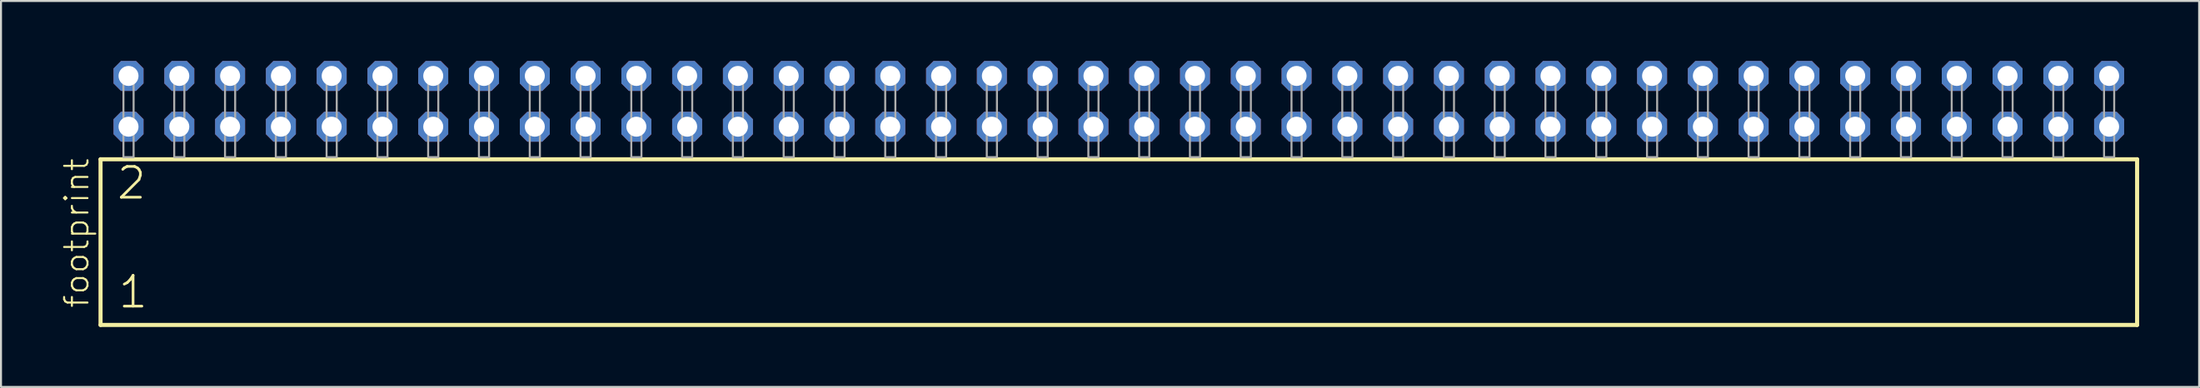
<source format=kicad_pcb>
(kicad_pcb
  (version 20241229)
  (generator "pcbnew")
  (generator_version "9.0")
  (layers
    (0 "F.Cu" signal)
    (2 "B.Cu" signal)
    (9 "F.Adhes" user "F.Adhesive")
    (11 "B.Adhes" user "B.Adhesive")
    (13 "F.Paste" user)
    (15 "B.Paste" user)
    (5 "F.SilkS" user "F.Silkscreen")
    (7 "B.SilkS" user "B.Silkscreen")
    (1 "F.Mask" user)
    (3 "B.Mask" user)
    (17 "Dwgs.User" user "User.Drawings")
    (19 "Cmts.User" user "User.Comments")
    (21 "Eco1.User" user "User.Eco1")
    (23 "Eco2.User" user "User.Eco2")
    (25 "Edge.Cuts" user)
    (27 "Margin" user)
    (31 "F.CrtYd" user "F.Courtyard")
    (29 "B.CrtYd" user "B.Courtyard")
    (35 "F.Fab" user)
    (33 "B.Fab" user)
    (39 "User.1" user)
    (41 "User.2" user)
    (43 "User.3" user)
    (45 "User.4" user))
  (footprint "footprint"
    (layer "F.Cu")
    (at 52.908 4.814)
    (property "Reference" "footprint" (at -51.435 7.62 90) (layer "F.SilkS") (effects (font (size 1.168 1.168) (thickness 0.102)) (justify left bottom)))
    (fp_line (start -50.929 0.106) (end -50.929 8.396) (stroke (width 0.203) (type solid)) (layer "F.SilkS"))
    (fp_line (start -50.929 8.396) (end 50.929 8.396) (stroke (width 0.203) (type solid)) (layer "F.SilkS"))
    (fp_line (start 50.929 0.106) (end -50.929 0.106) (stroke (width 0.203) (type solid)) (layer "F.SilkS"))
    (fp_line (start 50.929 8.396) (end 50.929 0.106) (stroke (width 0.203) (type solid)) (layer "F.SilkS"))
    (fp_poly (pts (xy -49.784 0) (xy -49.276 0) (xy -49.276 -4.318) (xy -49.784 -4.318)) (stroke (width 0.1) (type solid)) (fill no) (layer "F.Fab"))
    (fp_poly (pts (xy -47.244 0) (xy -46.736 0) (xy -46.736 -4.318) (xy -47.244 -4.318)) (stroke (width 0.1) (type solid)) (fill no) (layer "F.Fab"))
    (fp_poly (pts (xy -44.704 0) (xy -44.196 0) (xy -44.196 -4.318) (xy -44.704 -4.318)) (stroke (width 0.1) (type solid)) (fill no) (layer "F.Fab"))
    (fp_poly (pts (xy -42.164 0) (xy -41.656 0) (xy -41.656 -4.318) (xy -42.164 -4.318)) (stroke (width 0.1) (type solid)) (fill no) (layer "F.Fab"))
    (fp_poly (pts (xy -39.624 0) (xy -39.116 0) (xy -39.116 -4.318) (xy -39.624 -4.318)) (stroke (width 0.1) (type solid)) (fill no) (layer "F.Fab"))
    (fp_poly (pts (xy -37.084 0) (xy -36.576 0) (xy -36.576 -4.318) (xy -37.084 -4.318)) (stroke (width 0.1) (type solid)) (fill no) (layer "F.Fab"))
    (fp_poly (pts (xy -34.544 0) (xy -34.036 0) (xy -34.036 -4.318) (xy -34.544 -4.318)) (stroke (width 0.1) (type solid)) (fill no) (layer "F.Fab"))
    (fp_poly (pts (xy -32.004 0) (xy -31.496 0) (xy -31.496 -4.318) (xy -32.004 -4.318)) (stroke (width 0.1) (type solid)) (fill no) (layer "F.Fab"))
    (fp_poly (pts (xy -29.464 0) (xy -28.956 0) (xy -28.956 -4.318) (xy -29.464 -4.318)) (stroke (width 0.1) (type solid)) (fill no) (layer "F.Fab"))
    (fp_poly (pts (xy -26.924 0) (xy -26.416 0) (xy -26.416 -4.318) (xy -26.924 -4.318)) (stroke (width 0.1) (type solid)) (fill no) (layer "F.Fab"))
    (fp_poly (pts (xy -24.384 0) (xy -23.876 0) (xy -23.876 -4.318) (xy -24.384 -4.318)) (stroke (width 0.1) (type solid)) (fill no) (layer "F.Fab"))
    (fp_poly (pts (xy -21.844 0) (xy -21.336 0) (xy -21.336 -4.318) (xy -21.844 -4.318)) (stroke (width 0.1) (type solid)) (fill no) (layer "F.Fab"))
    (fp_poly (pts (xy -19.304 0) (xy -18.796 0) (xy -18.796 -4.318) (xy -19.304 -4.318)) (stroke (width 0.1) (type solid)) (fill no) (layer "F.Fab"))
    (fp_poly (pts (xy -16.764 0) (xy -16.256 0) (xy -16.256 -4.318) (xy -16.764 -4.318)) (stroke (width 0.1) (type solid)) (fill no) (layer "F.Fab"))
    (fp_poly (pts (xy -14.224 0) (xy -13.716 0) (xy -13.716 -4.318) (xy -14.224 -4.318)) (stroke (width 0.1) (type solid)) (fill no) (layer "F.Fab"))
    (fp_poly (pts (xy -11.684 0) (xy -11.176 0) (xy -11.176 -4.318) (xy -11.684 -4.318)) (stroke (width 0.1) (type solid)) (fill no) (layer "F.Fab"))
    (fp_poly (pts (xy -9.144 0) (xy -8.636 0) (xy -8.636 -4.318) (xy -9.144 -4.318)) (stroke (width 0.1) (type solid)) (fill no) (layer "F.Fab"))
    (fp_poly (pts (xy -6.604 0) (xy -6.096 0) (xy -6.096 -4.318) (xy -6.604 -4.318)) (stroke (width 0.1) (type solid)) (fill no) (layer "F.Fab"))
    (fp_poly (pts (xy -4.064 0) (xy -3.556 0) (xy -3.556 -4.318) (xy -4.064 -4.318)) (stroke (width 0.1) (type solid)) (fill no) (layer "F.Fab"))
    (fp_poly (pts (xy -1.524 0) (xy -1.016 0) (xy -1.016 -4.318) (xy -1.524 -4.318)) (stroke (width 0.1) (type solid)) (fill no) (layer "F.Fab"))
    (fp_poly (pts (xy 1.016 0) (xy 1.524 0) (xy 1.524 -4.318) (xy 1.016 -4.318)) (stroke (width 0.1) (type solid)) (fill no) (layer "F.Fab"))
    (fp_poly (pts (xy 3.556 0) (xy 4.064 0) (xy 4.064 -4.318) (xy 3.556 -4.318)) (stroke (width 0.1) (type solid)) (fill no) (layer "F.Fab"))
    (fp_poly (pts (xy 6.096 0) (xy 6.604 0) (xy 6.604 -4.318) (xy 6.096 -4.318)) (stroke (width 0.1) (type solid)) (fill no) (layer "F.Fab"))
    (fp_poly (pts (xy 8.636 0) (xy 9.144 0) (xy 9.144 -4.318) (xy 8.636 -4.318)) (stroke (width 0.1) (type solid)) (fill no) (layer "F.Fab"))
    (fp_poly (pts (xy 11.176 0) (xy 11.684 0) (xy 11.684 -4.318) (xy 11.176 -4.318)) (stroke (width 0.1) (type solid)) (fill no) (layer "F.Fab"))
    (fp_poly (pts (xy 13.716 0) (xy 14.224 0) (xy 14.224 -4.318) (xy 13.716 -4.318)) (stroke (width 0.1) (type solid)) (fill no) (layer "F.Fab"))
    (fp_poly (pts (xy 16.256 0) (xy 16.764 0) (xy 16.764 -4.318) (xy 16.256 -4.318)) (stroke (width 0.1) (type solid)) (fill no) (layer "F.Fab"))
    (fp_poly (pts (xy 18.796 0) (xy 19.304 0) (xy 19.304 -4.318) (xy 18.796 -4.318)) (stroke (width 0.1) (type solid)) (fill no) (layer "F.Fab"))
    (fp_poly (pts (xy 21.336 0) (xy 21.844 0) (xy 21.844 -4.318) (xy 21.336 -4.318)) (stroke (width 0.1) (type solid)) (fill no) (layer "F.Fab"))
    (fp_poly (pts (xy 23.876 0) (xy 24.384 0) (xy 24.384 -4.318) (xy 23.876 -4.318)) (stroke (width 0.1) (type solid)) (fill no) (layer "F.Fab"))
    (fp_poly (pts (xy 26.416 0) (xy 26.924 0) (xy 26.924 -4.318) (xy 26.416 -4.318)) (stroke (width 0.1) (type solid)) (fill no) (layer "F.Fab"))
    (fp_poly (pts (xy 28.956 0) (xy 29.464 0) (xy 29.464 -4.318) (xy 28.956 -4.318)) (stroke (width 0.1) (type solid)) (fill no) (layer "F.Fab"))
    (fp_poly (pts (xy 31.496 0) (xy 32.004 0) (xy 32.004 -4.318) (xy 31.496 -4.318)) (stroke (width 0.1) (type solid)) (fill no) (layer "F.Fab"))
    (fp_poly (pts (xy 34.036 0) (xy 34.544 0) (xy 34.544 -4.318) (xy 34.036 -4.318)) (stroke (width 0.1) (type solid)) (fill no) (layer "F.Fab"))
    (fp_poly (pts (xy 36.576 0) (xy 37.084 0) (xy 37.084 -4.318) (xy 36.576 -4.318)) (stroke (width 0.1) (type solid)) (fill no) (layer "F.Fab"))
    (fp_poly (pts (xy 39.116 0) (xy 39.624 0) (xy 39.624 -4.318) (xy 39.116 -4.318)) (stroke (width 0.1) (type solid)) (fill no) (layer "F.Fab"))
    (fp_poly (pts (xy 41.656 0) (xy 42.164 0) (xy 42.164 -4.318) (xy 41.656 -4.318)) (stroke (width 0.1) (type solid)) (fill no) (layer "F.Fab"))
    (fp_poly (pts (xy 44.196 0) (xy 44.704 0) (xy 44.704 -4.318) (xy 44.196 -4.318)) (stroke (width 0.1) (type solid)) (fill no) (layer "F.Fab"))
    (fp_poly (pts (xy 46.736 0) (xy 47.244 0) (xy 47.244 -4.318) (xy 46.736 -4.318)) (stroke (width 0.1) (type solid)) (fill no) (layer "F.Fab"))
    (fp_poly (pts (xy 49.276 0) (xy 49.784 0) (xy 49.784 -4.318) (xy 49.276 -4.318)) (stroke (width 0.1) (type solid)) (fill no) (layer "F.Fab"))
    (fp_text user "2" (at -50.2 2.2 0) (layer "F.SilkS") (effects (font (size 1.542 1.542) (thickness 0.134)) (justify left bottom)))
    (fp_text user "1" (at -50.125 7.65 0) (layer "F.SilkS") (effects (font (size 1.542 1.542) (thickness 0.134)) (justify left bottom)))
    (pad "1" thru_hole roundrect (at -49.53 -1.524) (size 1.5 1.5) (drill 1) (layers "*.Cu" "*.Mask") (roundrect_rratio 0.25) (chamfer_ratio 0.25) (chamfer top_left top_right bottom_left bottom_right))
    (pad "2" thru_hole roundrect (at -49.53 -4.064) (size 1.5 1.5) (drill 1) (layers "*.Cu" "*.Mask") (roundrect_rratio 0.25) (chamfer_ratio 0.25) (chamfer top_left top_right bottom_left bottom_right))
    (pad "3" thru_hole roundrect (at -46.99 -1.524) (size 1.5 1.5) (drill 1) (layers "*.Cu" "*.Mask") (roundrect_rratio 0.25) (chamfer_ratio 0.25) (chamfer top_left top_right bottom_left bottom_right))
    (pad "4" thru_hole roundrect (at -46.99 -4.064) (size 1.5 1.5) (drill 1) (layers "*.Cu" "*.Mask") (roundrect_rratio 0.25) (chamfer_ratio 0.25) (chamfer top_left top_right bottom_left bottom_right))
    (pad "5" thru_hole roundrect (at -44.45 -1.524) (size 1.5 1.5) (drill 1) (layers "*.Cu" "*.Mask") (roundrect_rratio 0.25) (chamfer_ratio 0.25) (chamfer top_left top_right bottom_left bottom_right))
    (pad "6" thru_hole roundrect (at -44.45 -4.064) (size 1.5 1.5) (drill 1) (layers "*.Cu" "*.Mask") (roundrect_rratio 0.25) (chamfer_ratio 0.25) (chamfer top_left top_right bottom_left bottom_right))
    (pad "7" thru_hole roundrect (at -41.91 -1.524) (size 1.5 1.5) (drill 1) (layers "*.Cu" "*.Mask") (roundrect_rratio 0.25) (chamfer_ratio 0.25) (chamfer top_left top_right bottom_left bottom_right))
    (pad "8" thru_hole roundrect (at -41.91 -4.064) (size 1.5 1.5) (drill 1) (layers "*.Cu" "*.Mask") (roundrect_rratio 0.25) (chamfer_ratio 0.25) (chamfer top_left top_right bottom_left bottom_right))
    (pad "9" thru_hole roundrect (at -39.37 -1.524) (size 1.5 1.5) (drill 1) (layers "*.Cu" "*.Mask") (roundrect_rratio 0.25) (chamfer_ratio 0.25) (chamfer top_left top_right bottom_left bottom_right))
    (pad "10" thru_hole roundrect (at -39.37 -4.064) (size 1.5 1.5) (drill 1) (layers "*.Cu" "*.Mask") (roundrect_rratio 0.25) (chamfer_ratio 0.25) (chamfer top_left top_right bottom_left bottom_right))
    (pad "11" thru_hole roundrect (at -36.83 -1.524) (size 1.5 1.5) (drill 1) (layers "*.Cu" "*.Mask") (roundrect_rratio 0.25) (chamfer_ratio 0.25) (chamfer top_left top_right bottom_left bottom_right))
    (pad "12" thru_hole roundrect (at -36.83 -4.064) (size 1.5 1.5) (drill 1) (layers "*.Cu" "*.Mask") (roundrect_rratio 0.25) (chamfer_ratio 0.25) (chamfer top_left top_right bottom_left bottom_right))
    (pad "13" thru_hole roundrect (at -34.29 -1.524) (size 1.5 1.5) (drill 1) (layers "*.Cu" "*.Mask") (roundrect_rratio 0.25) (chamfer_ratio 0.25) (chamfer top_left top_right bottom_left bottom_right))
    (pad "14" thru_hole roundrect (at -34.29 -4.064) (size 1.5 1.5) (drill 1) (layers "*.Cu" "*.Mask") (roundrect_rratio 0.25) (chamfer_ratio 0.25) (chamfer top_left top_right bottom_left bottom_right))
    (pad "15" thru_hole roundrect (at -31.75 -1.524) (size 1.5 1.5) (drill 1) (layers "*.Cu" "*.Mask") (roundrect_rratio 0.25) (chamfer_ratio 0.25) (chamfer top_left top_right bottom_left bottom_right))
    (pad "16" thru_hole roundrect (at -31.75 -4.064) (size 1.5 1.5) (drill 1) (layers "*.Cu" "*.Mask") (roundrect_rratio 0.25) (chamfer_ratio 0.25) (chamfer top_left top_right bottom_left bottom_right))
    (pad "17" thru_hole roundrect (at -29.21 -1.524) (size 1.5 1.5) (drill 1) (layers "*.Cu" "*.Mask") (roundrect_rratio 0.25) (chamfer_ratio 0.25) (chamfer top_left top_right bottom_left bottom_right))
    (pad "18" thru_hole roundrect (at -29.21 -4.064) (size 1.5 1.5) (drill 1) (layers "*.Cu" "*.Mask") (roundrect_rratio 0.25) (chamfer_ratio 0.25) (chamfer top_left top_right bottom_left bottom_right))
    (pad "19" thru_hole roundrect (at -26.67 -1.524) (size 1.5 1.5) (drill 1) (layers "*.Cu" "*.Mask") (roundrect_rratio 0.25) (chamfer_ratio 0.25) (chamfer top_left top_right bottom_left bottom_right))
    (pad "20" thru_hole roundrect (at -26.67 -4.064) (size 1.5 1.5) (drill 1) (layers "*.Cu" "*.Mask") (roundrect_rratio 0.25) (chamfer_ratio 0.25) (chamfer top_left top_right bottom_left bottom_right))
    (pad "21" thru_hole roundrect (at -24.13 -1.524) (size 1.5 1.5) (drill 1) (layers "*.Cu" "*.Mask") (roundrect_rratio 0.25) (chamfer_ratio 0.25) (chamfer top_left top_right bottom_left bottom_right))
    (pad "22" thru_hole roundrect (at -24.13 -4.064) (size 1.5 1.5) (drill 1) (layers "*.Cu" "*.Mask") (roundrect_rratio 0.25) (chamfer_ratio 0.25) (chamfer top_left top_right bottom_left bottom_right))
    (pad "23" thru_hole roundrect (at -21.59 -1.524) (size 1.5 1.5) (drill 1) (layers "*.Cu" "*.Mask") (roundrect_rratio 0.25) (chamfer_ratio 0.25) (chamfer top_left top_right bottom_left bottom_right))
    (pad "24" thru_hole roundrect (at -21.59 -4.064) (size 1.5 1.5) (drill 1) (layers "*.Cu" "*.Mask") (roundrect_rratio 0.25) (chamfer_ratio 0.25) (chamfer top_left top_right bottom_left bottom_right))
    (pad "25" thru_hole roundrect (at -19.05 -1.524) (size 1.5 1.5) (drill 1) (layers "*.Cu" "*.Mask") (roundrect_rratio 0.25) (chamfer_ratio 0.25) (chamfer top_left top_right bottom_left bottom_right))
    (pad "26" thru_hole roundrect (at -19.05 -4.064) (size 1.5 1.5) (drill 1) (layers "*.Cu" "*.Mask") (roundrect_rratio 0.25) (chamfer_ratio 0.25) (chamfer top_left top_right bottom_left bottom_right))
    (pad "27" thru_hole roundrect (at -16.51 -1.524) (size 1.5 1.5) (drill 1) (layers "*.Cu" "*.Mask") (roundrect_rratio 0.25) (chamfer_ratio 0.25) (chamfer top_left top_right bottom_left bottom_right))
    (pad "28" thru_hole roundrect (at -16.51 -4.064) (size 1.5 1.5) (drill 1) (layers "*.Cu" "*.Mask") (roundrect_rratio 0.25) (chamfer_ratio 0.25) (chamfer top_left top_right bottom_left bottom_right))
    (pad "29" thru_hole roundrect (at -13.97 -1.524) (size 1.5 1.5) (drill 1) (layers "*.Cu" "*.Mask") (roundrect_rratio 0.25) (chamfer_ratio 0.25) (chamfer top_left top_right bottom_left bottom_right))
    (pad "30" thru_hole roundrect (at -13.97 -4.064) (size 1.5 1.5) (drill 1) (layers "*.Cu" "*.Mask") (roundrect_rratio 0.25) (chamfer_ratio 0.25) (chamfer top_left top_right bottom_left bottom_right))
    (pad "31" thru_hole roundrect (at -11.43 -1.524) (size 1.5 1.5) (drill 1) (layers "*.Cu" "*.Mask") (roundrect_rratio 0.25) (chamfer_ratio 0.25) (chamfer top_left top_right bottom_left bottom_right))
    (pad "32" thru_hole roundrect (at -11.43 -4.064) (size 1.5 1.5) (drill 1) (layers "*.Cu" "*.Mask") (roundrect_rratio 0.25) (chamfer_ratio 0.25) (chamfer top_left top_right bottom_left bottom_right))
    (pad "33" thru_hole roundrect (at -8.89 -1.524) (size 1.5 1.5) (drill 1) (layers "*.Cu" "*.Mask") (roundrect_rratio 0.25) (chamfer_ratio 0.25) (chamfer top_left top_right bottom_left bottom_right))
    (pad "34" thru_hole roundrect (at -8.89 -4.064) (size 1.5 1.5) (drill 1) (layers "*.Cu" "*.Mask") (roundrect_rratio 0.25) (chamfer_ratio 0.25) (chamfer top_left top_right bottom_left bottom_right))
    (pad "35" thru_hole roundrect (at -6.35 -1.524) (size 1.5 1.5) (drill 1) (layers "*.Cu" "*.Mask") (roundrect_rratio 0.25) (chamfer_ratio 0.25) (chamfer top_left top_right bottom_left bottom_right))
    (pad "36" thru_hole roundrect (at -6.35 -4.064) (size 1.5 1.5) (drill 1) (layers "*.Cu" "*.Mask") (roundrect_rratio 0.25) (chamfer_ratio 0.25) (chamfer top_left top_right bottom_left bottom_right))
    (pad "37" thru_hole roundrect (at -3.81 -1.524) (size 1.5 1.5) (drill 1) (layers "*.Cu" "*.Mask") (roundrect_rratio 0.25) (chamfer_ratio 0.25) (chamfer top_left top_right bottom_left bottom_right))
    (pad "38" thru_hole roundrect (at -3.81 -4.064) (size 1.5 1.5) (drill 1) (layers "*.Cu" "*.Mask") (roundrect_rratio 0.25) (chamfer_ratio 0.25) (chamfer top_left top_right bottom_left bottom_right))
    (pad "39" thru_hole roundrect (at -1.27 -1.524) (size 1.5 1.5) (drill 1) (layers "*.Cu" "*.Mask") (roundrect_rratio 0.25) (chamfer_ratio 0.25) (chamfer top_left top_right bottom_left bottom_right))
    (pad "40" thru_hole roundrect (at -1.27 -4.064) (size 1.5 1.5) (drill 1) (layers "*.Cu" "*.Mask") (roundrect_rratio 0.25) (chamfer_ratio 0.25) (chamfer top_left top_right bottom_left bottom_right))
    (pad "41" thru_hole roundrect (at 1.27 -1.524) (size 1.5 1.5) (drill 1) (layers "*.Cu" "*.Mask") (roundrect_rratio 0.25) (chamfer_ratio 0.25) (chamfer top_left top_right bottom_left bottom_right))
    (pad "42" thru_hole roundrect (at 1.27 -4.064) (size 1.5 1.5) (drill 1) (layers "*.Cu" "*.Mask") (roundrect_rratio 0.25) (chamfer_ratio 0.25) (chamfer top_left top_right bottom_left bottom_right))
    (pad "43" thru_hole roundrect (at 3.81 -1.524) (size 1.5 1.5) (drill 1) (layers "*.Cu" "*.Mask") (roundrect_rratio 0.25) (chamfer_ratio 0.25) (chamfer top_left top_right bottom_left bottom_right))
    (pad "44" thru_hole roundrect (at 3.81 -4.064) (size 1.5 1.5) (drill 1) (layers "*.Cu" "*.Mask") (roundrect_rratio 0.25) (chamfer_ratio 0.25) (chamfer top_left top_right bottom_left bottom_right))
    (pad "45" thru_hole roundrect (at 6.35 -1.524) (size 1.5 1.5) (drill 1) (layers "*.Cu" "*.Mask") (roundrect_rratio 0.25) (chamfer_ratio 0.25) (chamfer top_left top_right bottom_left bottom_right))
    (pad "46" thru_hole roundrect (at 6.35 -4.064) (size 1.5 1.5) (drill 1) (layers "*.Cu" "*.Mask") (roundrect_rratio 0.25) (chamfer_ratio 0.25) (chamfer top_left top_right bottom_left bottom_right))
    (pad "47" thru_hole roundrect (at 8.89 -1.524) (size 1.5 1.5) (drill 1) (layers "*.Cu" "*.Mask") (roundrect_rratio 0.25) (chamfer_ratio 0.25) (chamfer top_left top_right bottom_left bottom_right))
    (pad "48" thru_hole roundrect (at 8.89 -4.064) (size 1.5 1.5) (drill 1) (layers "*.Cu" "*.Mask") (roundrect_rratio 0.25) (chamfer_ratio 0.25) (chamfer top_left top_right bottom_left bottom_right))
    (pad "49" thru_hole roundrect (at 11.43 -1.524) (size 1.5 1.5) (drill 1) (layers "*.Cu" "*.Mask") (roundrect_rratio 0.25) (chamfer_ratio 0.25) (chamfer top_left top_right bottom_left bottom_right))
    (pad "50" thru_hole roundrect (at 11.43 -4.064) (size 1.5 1.5) (drill 1) (layers "*.Cu" "*.Mask") (roundrect_rratio 0.25) (chamfer_ratio 0.25) (chamfer top_left top_right bottom_left bottom_right))
    (pad "51" thru_hole roundrect (at 13.97 -1.524) (size 1.5 1.5) (drill 1) (layers "*.Cu" "*.Mask") (roundrect_rratio 0.25) (chamfer_ratio 0.25) (chamfer top_left top_right bottom_left bottom_right))
    (pad "52" thru_hole roundrect (at 13.97 -4.064) (size 1.5 1.5) (drill 1) (layers "*.Cu" "*.Mask") (roundrect_rratio 0.25) (chamfer_ratio 0.25) (chamfer top_left top_right bottom_left bottom_right))
    (pad "53" thru_hole roundrect (at 16.51 -1.524) (size 1.5 1.5) (drill 1) (layers "*.Cu" "*.Mask") (roundrect_rratio 0.25) (chamfer_ratio 0.25) (chamfer top_left top_right bottom_left bottom_right))
    (pad "54" thru_hole roundrect (at 16.51 -4.064) (size 1.5 1.5) (drill 1) (layers "*.Cu" "*.Mask") (roundrect_rratio 0.25) (chamfer_ratio 0.25) (chamfer top_left top_right bottom_left bottom_right))
    (pad "55" thru_hole roundrect (at 19.05 -1.524) (size 1.5 1.5) (drill 1) (layers "*.Cu" "*.Mask") (roundrect_rratio 0.25) (chamfer_ratio 0.25) (chamfer top_left top_right bottom_left bottom_right))
    (pad "56" thru_hole roundrect (at 19.05 -4.064) (size 1.5 1.5) (drill 1) (layers "*.Cu" "*.Mask") (roundrect_rratio 0.25) (chamfer_ratio 0.25) (chamfer top_left top_right bottom_left bottom_right))
    (pad "57" thru_hole roundrect (at 21.59 -1.524) (size 1.5 1.5) (drill 1) (layers "*.Cu" "*.Mask") (roundrect_rratio 0.25) (chamfer_ratio 0.25) (chamfer top_left top_right bottom_left bottom_right))
    (pad "58" thru_hole roundrect (at 21.59 -4.064) (size 1.5 1.5) (drill 1) (layers "*.Cu" "*.Mask") (roundrect_rratio 0.25) (chamfer_ratio 0.25) (chamfer top_left top_right bottom_left bottom_right))
    (pad "59" thru_hole roundrect (at 24.13 -1.524) (size 1.5 1.5) (drill 1) (layers "*.Cu" "*.Mask") (roundrect_rratio 0.25) (chamfer_ratio 0.25) (chamfer top_left top_right bottom_left bottom_right))
    (pad "60" thru_hole roundrect (at 24.13 -4.064) (size 1.5 1.5) (drill 1) (layers "*.Cu" "*.Mask") (roundrect_rratio 0.25) (chamfer_ratio 0.25) (chamfer top_left top_right bottom_left bottom_right))
    (pad "61" thru_hole roundrect (at 26.67 -1.524) (size 1.5 1.5) (drill 1) (layers "*.Cu" "*.Mask") (roundrect_rratio 0.25) (chamfer_ratio 0.25) (chamfer top_left top_right bottom_left bottom_right))
    (pad "62" thru_hole roundrect (at 26.67 -4.064) (size 1.5 1.5) (drill 1) (layers "*.Cu" "*.Mask") (roundrect_rratio 0.25) (chamfer_ratio 0.25) (chamfer top_left top_right bottom_left bottom_right))
    (pad "63" thru_hole roundrect (at 29.21 -1.524) (size 1.5 1.5) (drill 1) (layers "*.Cu" "*.Mask") (roundrect_rratio 0.25) (chamfer_ratio 0.25) (chamfer top_left top_right bottom_left bottom_right))
    (pad "64" thru_hole roundrect (at 29.21 -4.064) (size 1.5 1.5) (drill 1) (layers "*.Cu" "*.Mask") (roundrect_rratio 0.25) (chamfer_ratio 0.25) (chamfer top_left top_right bottom_left bottom_right))
    (pad "65" thru_hole roundrect (at 31.75 -1.524) (size 1.5 1.5) (drill 1) (layers "*.Cu" "*.Mask") (roundrect_rratio 0.25) (chamfer_ratio 0.25) (chamfer top_left top_right bottom_left bottom_right))
    (pad "66" thru_hole roundrect (at 31.75 -4.064) (size 1.5 1.5) (drill 1) (layers "*.Cu" "*.Mask") (roundrect_rratio 0.25) (chamfer_ratio 0.25) (chamfer top_left top_right bottom_left bottom_right))
    (pad "67" thru_hole roundrect (at 34.29 -1.524) (size 1.5 1.5) (drill 1) (layers "*.Cu" "*.Mask") (roundrect_rratio 0.25) (chamfer_ratio 0.25) (chamfer top_left top_right bottom_left bottom_right))
    (pad "68" thru_hole roundrect (at 34.29 -4.064) (size 1.5 1.5) (drill 1) (layers "*.Cu" "*.Mask") (roundrect_rratio 0.25) (chamfer_ratio 0.25) (chamfer top_left top_right bottom_left bottom_right))
    (pad "69" thru_hole roundrect (at 36.83 -1.524) (size 1.5 1.5) (drill 1) (layers "*.Cu" "*.Mask") (roundrect_rratio 0.25) (chamfer_ratio 0.25) (chamfer top_left top_right bottom_left bottom_right))
    (pad "70" thru_hole roundrect (at 36.83 -4.064) (size 1.5 1.5) (drill 1) (layers "*.Cu" "*.Mask") (roundrect_rratio 0.25) (chamfer_ratio 0.25) (chamfer top_left top_right bottom_left bottom_right))
    (pad "71" thru_hole roundrect (at 39.37 -1.524) (size 1.5 1.5) (drill 1) (layers "*.Cu" "*.Mask") (roundrect_rratio 0.25) (chamfer_ratio 0.25) (chamfer top_left top_right bottom_left bottom_right))
    (pad "72" thru_hole roundrect (at 39.37 -4.064) (size 1.5 1.5) (drill 1) (layers "*.Cu" "*.Mask") (roundrect_rratio 0.25) (chamfer_ratio 0.25) (chamfer top_left top_right bottom_left bottom_right))
    (pad "73" thru_hole roundrect (at 41.91 -1.524) (size 1.5 1.5) (drill 1) (layers "*.Cu" "*.Mask") (roundrect_rratio 0.25) (chamfer_ratio 0.25) (chamfer top_left top_right bottom_left bottom_right))
    (pad "74" thru_hole roundrect (at 41.91 -4.064) (size 1.5 1.5) (drill 1) (layers "*.Cu" "*.Mask") (roundrect_rratio 0.25) (chamfer_ratio 0.25) (chamfer top_left top_right bottom_left bottom_right))
    (pad "75" thru_hole roundrect (at 44.45 -1.524) (size 1.5 1.5) (drill 1) (layers "*.Cu" "*.Mask") (roundrect_rratio 0.25) (chamfer_ratio 0.25) (chamfer top_left top_right bottom_left bottom_right))
    (pad "76" thru_hole roundrect (at 44.45 -4.064) (size 1.5 1.5) (drill 1) (layers "*.Cu" "*.Mask") (roundrect_rratio 0.25) (chamfer_ratio 0.25) (chamfer top_left top_right bottom_left bottom_right))
    (pad "77" thru_hole roundrect (at 46.99 -1.524) (size 1.5 1.5) (drill 1) (layers "*.Cu" "*.Mask") (roundrect_rratio 0.25) (chamfer_ratio 0.25) (chamfer top_left top_right bottom_left bottom_right))
    (pad "78" thru_hole roundrect (at 46.99 -4.064) (size 1.5 1.5) (drill 1) (layers "*.Cu" "*.Mask") (roundrect_rratio 0.25) (chamfer_ratio 0.25) (chamfer top_left top_right bottom_left bottom_right))
    (pad "79" thru_hole roundrect (at 49.53 -1.524) (size 1.5 1.5) (drill 1) (layers "*.Cu" "*.Mask") (roundrect_rratio 0.25) (chamfer_ratio 0.25) (chamfer top_left top_right bottom_left bottom_right))
    (pad "80" thru_hole roundrect (at 49.53 -4.064) (size 1.5 1.5) (drill 1) (layers "*.Cu" "*.Mask") (roundrect_rratio 0.25) (chamfer_ratio 0.25) (chamfer top_left top_right bottom_left bottom_right)))
  (gr_rect
    (start -3 -3)
    (end 106.939 16.312)
    (stroke (width 0.1) (type default))
    (fill no)
    (layer "Edge.Cuts")))
</source>
